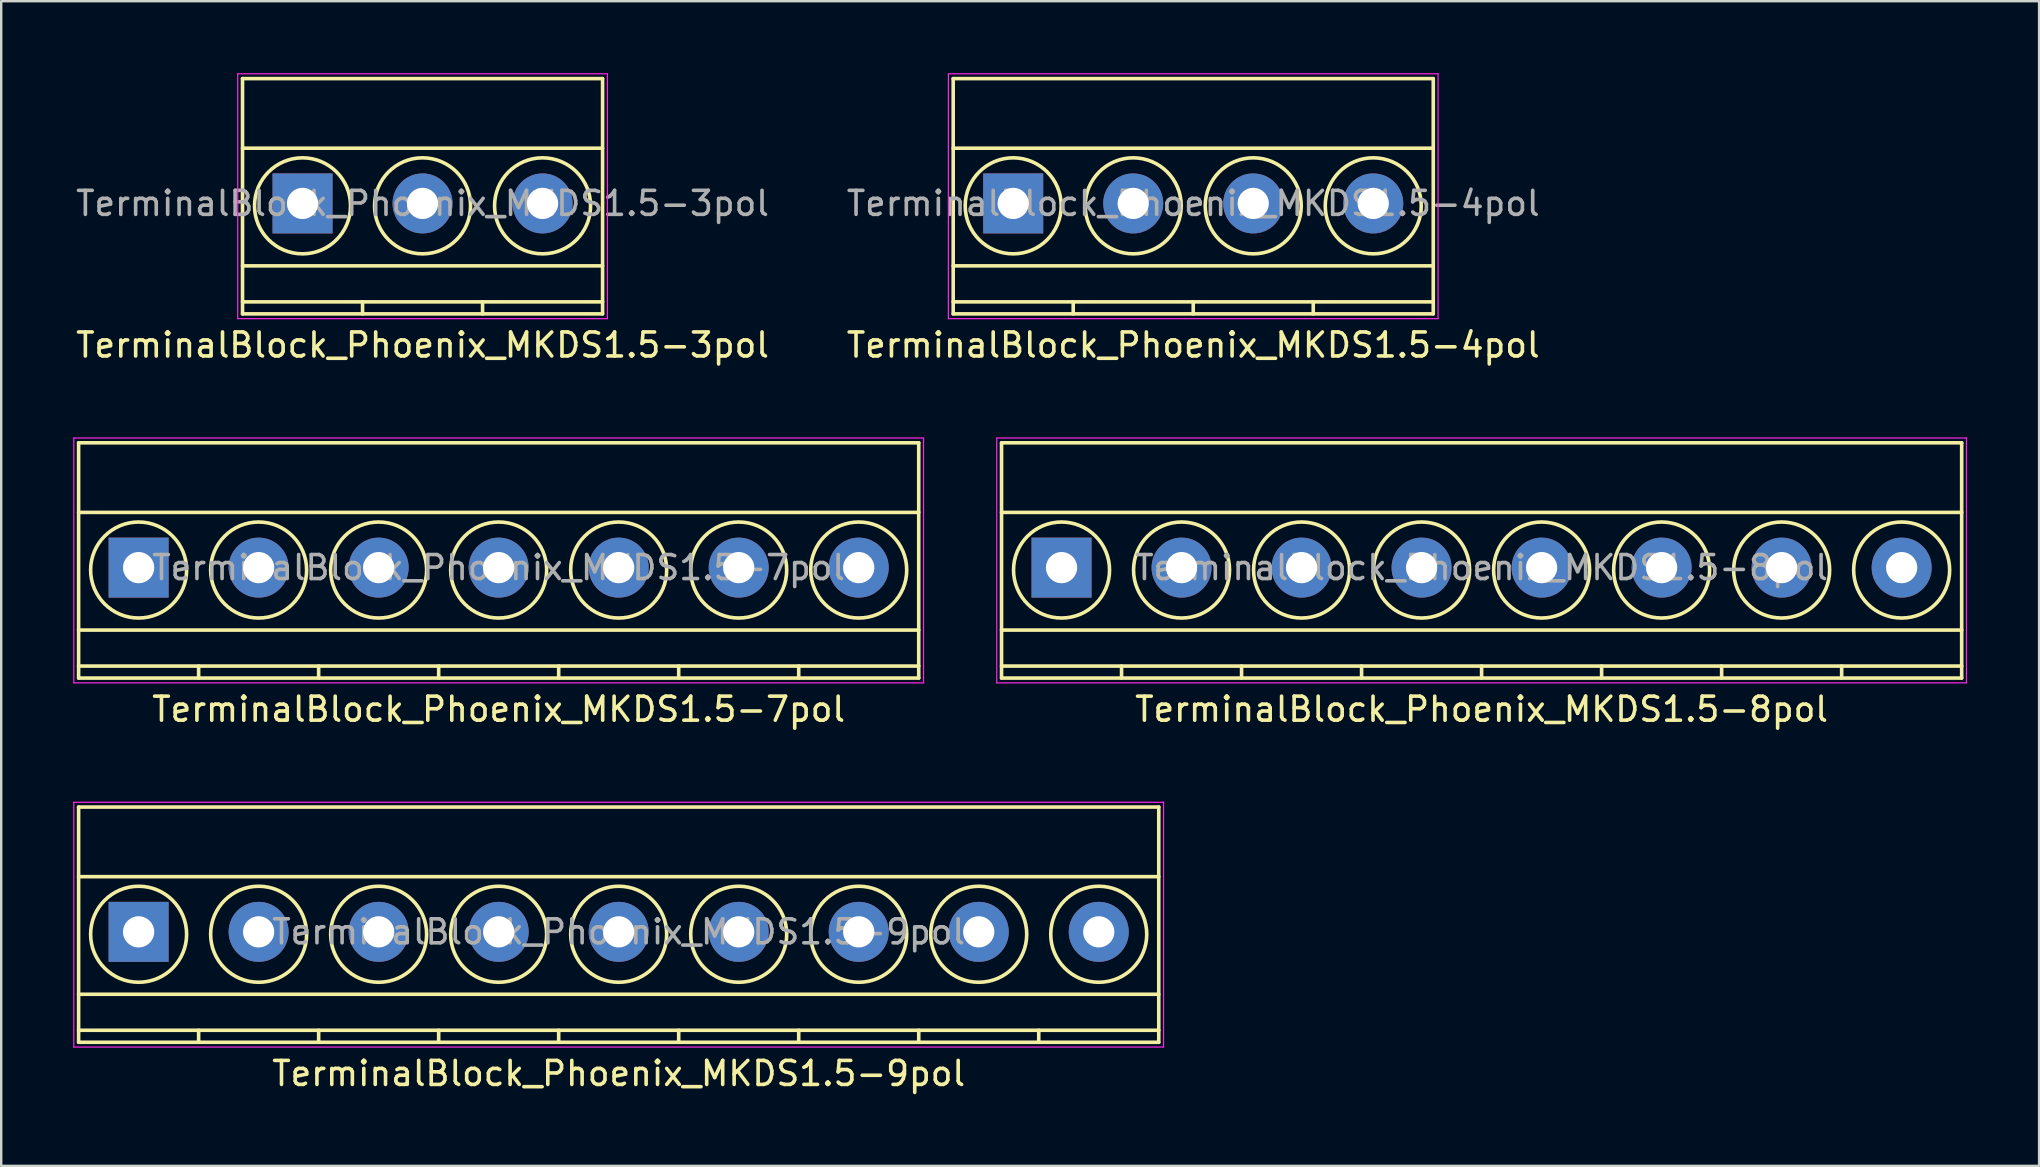
<source format=kicad_pcb>
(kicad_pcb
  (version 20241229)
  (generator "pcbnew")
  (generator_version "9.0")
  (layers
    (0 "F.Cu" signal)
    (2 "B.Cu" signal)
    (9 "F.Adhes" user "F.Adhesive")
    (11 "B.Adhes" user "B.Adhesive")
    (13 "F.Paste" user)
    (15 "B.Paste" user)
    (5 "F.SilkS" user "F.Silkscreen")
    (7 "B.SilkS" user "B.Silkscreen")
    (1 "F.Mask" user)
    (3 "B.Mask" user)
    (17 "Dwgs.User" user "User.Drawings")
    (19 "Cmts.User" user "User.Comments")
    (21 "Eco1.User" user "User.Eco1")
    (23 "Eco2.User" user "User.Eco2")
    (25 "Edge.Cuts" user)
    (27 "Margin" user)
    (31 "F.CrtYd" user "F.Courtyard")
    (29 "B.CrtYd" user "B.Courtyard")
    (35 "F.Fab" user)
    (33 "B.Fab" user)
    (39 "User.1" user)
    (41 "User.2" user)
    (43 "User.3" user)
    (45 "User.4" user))
  (footprint "TerminalBlock_Phoenix_MKDS1.5-7pol"
    (layer "F.Cu")
    (at 2.725 20.598)
    (property "Reference" "TerminalBlock_Phoenix_MKDS1.5-7pol" (at 15 5.9 0) (layer "F.SilkS") (effects (font (size 1 1) (thickness 0.15))))
    (attr through_hole)
    (fp_line (start -2.5 -5.2) (end -2.5 4.6) (stroke (width 0.15) (type solid)) (layer "F.SilkS"))
    (fp_line (start -2.5 -2.3) (end 32.5 -2.3) (stroke (width 0.15) (type solid)) (layer "F.SilkS"))
    (fp_line (start -2.5 2.6) (end 32.5 2.6) (stroke (width 0.15) (type solid)) (layer "F.SilkS"))
    (fp_line (start -2.5 4.1) (end 32.5 4.1) (stroke (width 0.15) (type solid)) (layer "F.SilkS"))
    (fp_line (start -2.5 4.6) (end 32.5 4.6) (stroke (width 0.15) (type solid)) (layer "F.SilkS"))
    (fp_line (start 2.5 4.1) (end 2.5 4.6) (stroke (width 0.15) (type solid)) (layer "F.SilkS"))
    (fp_line (start 7.5 4.1) (end 7.5 4.6) (stroke (width 0.15) (type solid)) (layer "F.SilkS"))
    (fp_line (start 12.5 4.1) (end 12.5 4.6) (stroke (width 0.15) (type solid)) (layer "F.SilkS"))
    (fp_line (start 17.5 4.1) (end 17.5 4.6) (stroke (width 0.15) (type solid)) (layer "F.SilkS"))
    (fp_line (start 22.5 4.1) (end 22.5 4.6) (stroke (width 0.15) (type solid)) (layer "F.SilkS"))
    (fp_line (start 27.5 4.1) (end 27.5 4.6) (stroke (width 0.15) (type solid)) (layer "F.SilkS"))
    (fp_line (start 32.5 -5.2) (end -2.5 -5.2) (stroke (width 0.15) (type solid)) (layer "F.SilkS"))
    (fp_line (start 32.5 4.6) (end 32.5 -5.2) (stroke (width 0.15) (type solid)) (layer "F.SilkS"))
    (fp_circle (center 0 0.1) (end 2 0.1) (stroke (width 0.15) (type solid)) (fill no) (layer "F.SilkS"))
    (fp_circle (center 5 0.1) (end 3 0.1) (stroke (width 0.15) (type solid)) (fill no) (layer "F.SilkS"))
    (fp_circle (center 10 0.1) (end 8 0.1) (stroke (width 0.15) (type solid)) (fill no) (layer "F.SilkS"))
    (fp_circle (center 15 0.1) (end 13 0.1) (stroke (width 0.15) (type solid)) (fill no) (layer "F.SilkS"))
    (fp_circle (center 20 0.1) (end 18 0.1) (stroke (width 0.15) (type solid)) (fill no) (layer "F.SilkS"))
    (fp_circle (center 25 0.1) (end 23 0.1) (stroke (width 0.15) (type solid)) (fill no) (layer "F.SilkS"))
    (fp_circle (center 30 0.1) (end 28 0.1) (stroke (width 0.15) (type solid)) (fill no) (layer "F.SilkS"))
    (fp_line (start -2.7 -5.4) (end 32.7 -5.4) (stroke (width 0.05) (type solid)) (layer "F.CrtYd"))
    (fp_line (start -2.7 4.8) (end -2.7 -5.4) (stroke (width 0.05) (type solid)) (layer "F.CrtYd"))
    (fp_line (start 32.7 -5.4) (end 32.7 4.8) (stroke (width 0.05) (type solid)) (layer "F.CrtYd"))
    (fp_line (start 32.7 4.8) (end -2.7 4.8) (stroke (width 0.05) (type solid)) (layer "F.CrtYd"))
    (fp_text user "${REFERENCE}" (at 15 0 0) (layer "F.Fab") (effects (font (size 1 1) (thickness 0.15))))
    (pad "1" thru_hole rect (at 0 0) (size 2.5 2.5) (drill 1.3) (layers "*.Cu" "*.Mask"))
    (pad "2" thru_hole circle (at 5 0) (size 2.5 2.5) (drill 1.3) (layers "*.Cu" "*.Mask"))
    (pad "3" thru_hole circle (at 10 0) (size 2.5 2.5) (drill 1.3) (layers "*.Cu" "*.Mask"))
    (pad "4" thru_hole circle (at 15 0) (size 2.5 2.5) (drill 1.3) (layers "*.Cu" "*.Mask"))
    (pad "5" thru_hole circle (at 20 0) (size 2.5 2.5) (drill 1.3) (layers "*.Cu" "*.Mask"))
    (pad "6" thru_hole circle (at 25 0) (size 2.5 2.5) (drill 1.3) (layers "*.Cu" "*.Mask"))
    (pad "7" thru_hole circle (at 30 0) (size 2.5 2.5) (drill 1.3) (layers "*.Cu" "*.Mask")))
  (footprint "TerminalBlock_Phoenix_MKDS1.5-9pol"
    (layer "F.Cu")
    (at 2.725 35.772)
    (property "Reference" "TerminalBlock_Phoenix_MKDS1.5-9pol" (at 20 5.9 0) (layer "F.SilkS") (effects (font (size 1 1) (thickness 0.15))))
    (attr through_hole)
    (fp_line (start -2.5 -5.2) (end -2.5 4.6) (stroke (width 0.15) (type solid)) (layer "F.SilkS"))
    (fp_line (start -2.5 -2.3) (end 42.5 -2.3) (stroke (width 0.15) (type solid)) (layer "F.SilkS"))
    (fp_line (start -2.5 2.6) (end 42.5 2.6) (stroke (width 0.15) (type solid)) (layer "F.SilkS"))
    (fp_line (start -2.5 4.1) (end 42.5 4.1) (stroke (width 0.15) (type solid)) (layer "F.SilkS"))
    (fp_line (start -2.5 4.6) (end 42.5 4.6) (stroke (width 0.15) (type solid)) (layer "F.SilkS"))
    (fp_line (start 2.5 4.1) (end 2.5 4.6) (stroke (width 0.15) (type solid)) (layer "F.SilkS"))
    (fp_line (start 7.5 4.1) (end 7.5 4.6) (stroke (width 0.15) (type solid)) (layer "F.SilkS"))
    (fp_line (start 12.5 4.1) (end 12.5 4.6) (stroke (width 0.15) (type solid)) (layer "F.SilkS"))
    (fp_line (start 17.5 4.1) (end 17.5 4.6) (stroke (width 0.15) (type solid)) (layer "F.SilkS"))
    (fp_line (start 22.5 4.1) (end 22.5 4.6) (stroke (width 0.15) (type solid)) (layer "F.SilkS"))
    (fp_line (start 27.5 4.1) (end 27.5 4.6) (stroke (width 0.15) (type solid)) (layer "F.SilkS"))
    (fp_line (start 32.5 4.1) (end 32.5 4.6) (stroke (width 0.15) (type solid)) (layer "F.SilkS"))
    (fp_line (start 37.5 4.1) (end 37.5 4.6) (stroke (width 0.15) (type solid)) (layer "F.SilkS"))
    (fp_line (start 42.5 -5.2) (end -2.5 -5.2) (stroke (width 0.15) (type solid)) (layer "F.SilkS"))
    (fp_line (start 42.5 4.6) (end 42.5 -5.2) (stroke (width 0.15) (type solid)) (layer "F.SilkS"))
    (fp_circle (center 0 0.1) (end 2 0.1) (stroke (width 0.15) (type solid)) (fill no) (layer "F.SilkS"))
    (fp_circle (center 5 0.1) (end 3 0.1) (stroke (width 0.15) (type solid)) (fill no) (layer "F.SilkS"))
    (fp_circle (center 10 0.1) (end 8 0.1) (stroke (width 0.15) (type solid)) (fill no) (layer "F.SilkS"))
    (fp_circle (center 15 0.1) (end 13 0.1) (stroke (width 0.15) (type solid)) (fill no) (layer "F.SilkS"))
    (fp_circle (center 20 0.1) (end 18 0.1) (stroke (width 0.15) (type solid)) (fill no) (layer "F.SilkS"))
    (fp_circle (center 25 0.1) (end 23 0.1) (stroke (width 0.15) (type solid)) (fill no) (layer "F.SilkS"))
    (fp_circle (center 30 0.1) (end 28 0.1) (stroke (width 0.15) (type solid)) (fill no) (layer "F.SilkS"))
    (fp_circle (center 35 0.1) (end 33 0.1) (stroke (width 0.15) (type solid)) (fill no) (layer "F.SilkS"))
    (fp_circle (center 40 0.1) (end 38 0.1) (stroke (width 0.15) (type solid)) (fill no) (layer "F.SilkS"))
    (fp_line (start -2.7 -5.4) (end 42.7 -5.4) (stroke (width 0.05) (type solid)) (layer "F.CrtYd"))
    (fp_line (start -2.7 4.8) (end -2.7 -5.4) (stroke (width 0.05) (type solid)) (layer "F.CrtYd"))
    (fp_line (start 42.7 -5.4) (end 42.7 4.8) (stroke (width 0.05) (type solid)) (layer "F.CrtYd"))
    (fp_line (start 42.7 4.8) (end -2.7 4.8) (stroke (width 0.05) (type solid)) (layer "F.CrtYd"))
    (fp_text user "${REFERENCE}" (at 20 0 0) (layer "F.Fab") (effects (font (size 1 1) (thickness 0.15))))
    (pad "1" thru_hole rect (at 0 0) (size 2.5 2.5) (drill 1.3) (layers "*.Cu" "*.Mask"))
    (pad "2" thru_hole circle (at 5 0) (size 2.5 2.5) (drill 1.3) (layers "*.Cu" "*.Mask"))
    (pad "3" thru_hole circle (at 10 0) (size 2.5 2.5) (drill 1.3) (layers "*.Cu" "*.Mask"))
    (pad "4" thru_hole circle (at 15 0) (size 2.5 2.5) (drill 1.3) (layers "*.Cu" "*.Mask"))
    (pad "5" thru_hole circle (at 20 0) (size 2.5 2.5) (drill 1.3) (layers "*.Cu" "*.Mask"))
    (pad "6" thru_hole circle (at 25 0) (size 2.5 2.5) (drill 1.3) (layers "*.Cu" "*.Mask"))
    (pad "7" thru_hole circle (at 30 0) (size 2.5 2.5) (drill 1.3) (layers "*.Cu" "*.Mask"))
    (pad "8" thru_hole circle (at 35 0) (size 2.5 2.5) (drill 1.3) (layers "*.Cu" "*.Mask"))
    (pad "9" thru_hole circle (at 40 0) (size 2.5 2.5) (drill 1.3) (layers "*.Cu" "*.Mask")))
  (footprint "TerminalBlock_Phoenix_MKDS1.5-4pol"
    (layer "F.Cu")
    (at 39.161 5.425)
    (property "Reference" "TerminalBlock_Phoenix_MKDS1.5-4pol" (at 7.5 5.9 0) (layer "F.SilkS") (effects (font (size 1 1) (thickness 0.15))))
    (attr through_hole)
    (fp_line (start -2.5 -5.2) (end -2.5 4.6) (stroke (width 0.15) (type solid)) (layer "F.SilkS"))
    (fp_line (start -2.5 -2.3) (end 17.5 -2.3) (stroke (width 0.15) (type solid)) (layer "F.SilkS"))
    (fp_line (start -2.5 2.6) (end 17.5 2.6) (stroke (width 0.15) (type solid)) (layer "F.SilkS"))
    (fp_line (start -2.5 4.1) (end 17.5 4.1) (stroke (width 0.15) (type solid)) (layer "F.SilkS"))
    (fp_line (start -2.5 4.6) (end 17.5 4.6) (stroke (width 0.15) (type solid)) (layer "F.SilkS"))
    (fp_line (start 2.5 4.1) (end 2.5 4.6) (stroke (width 0.15) (type solid)) (layer "F.SilkS"))
    (fp_line (start 7.5 4.1) (end 7.5 4.6) (stroke (width 0.15) (type solid)) (layer "F.SilkS"))
    (fp_line (start 12.5 4.1) (end 12.5 4.6) (stroke (width 0.15) (type solid)) (layer "F.SilkS"))
    (fp_line (start 17.5 -5.2) (end -2.5 -5.2) (stroke (width 0.15) (type solid)) (layer "F.SilkS"))
    (fp_line (start 17.5 4.6) (end 17.5 -5.2) (stroke (width 0.15) (type solid)) (layer "F.SilkS"))
    (fp_circle (center 0 0.1) (end 2 0.1) (stroke (width 0.15) (type solid)) (fill no) (layer "F.SilkS"))
    (fp_circle (center 5 0.1) (end 3 0.1) (stroke (width 0.15) (type solid)) (fill no) (layer "F.SilkS"))
    (fp_circle (center 10 0.1) (end 8 0.1) (stroke (width 0.15) (type solid)) (fill no) (layer "F.SilkS"))
    (fp_circle (center 15 0.1) (end 13 0.1) (stroke (width 0.15) (type solid)) (fill no) (layer "F.SilkS"))
    (fp_line (start -2.7 -5.4) (end 17.7 -5.4) (stroke (width 0.05) (type solid)) (layer "F.CrtYd"))
    (fp_line (start -2.7 4.8) (end -2.7 -5.4) (stroke (width 0.05) (type solid)) (layer "F.CrtYd"))
    (fp_line (start 17.7 -5.4) (end 17.7 4.8) (stroke (width 0.05) (type solid)) (layer "F.CrtYd"))
    (fp_line (start 17.7 4.8) (end -2.7 4.8) (stroke (width 0.05) (type solid)) (layer "F.CrtYd"))
    (fp_text user "${REFERENCE}" (at 7.5 0 0) (layer "F.Fab") (effects (font (size 1 1) (thickness 0.15))))
    (pad "1" thru_hole rect (at 0 0) (size 2.5 2.5) (drill 1.3) (layers "*.Cu" "*.Mask"))
    (pad "2" thru_hole circle (at 5 0) (size 2.5 2.5) (drill 1.3) (layers "*.Cu" "*.Mask"))
    (pad "3" thru_hole circle (at 10 0) (size 2.5 2.5) (drill 1.3) (layers "*.Cu" "*.Mask"))
    (pad "4" thru_hole circle (at 15 0) (size 2.5 2.5) (drill 1.3) (layers "*.Cu" "*.Mask")))
  (footprint "TerminalBlock_Phoenix_MKDS1.5-8pol"
    (layer "F.Cu")
    (at 41.175 20.598)
    (property "Reference" "TerminalBlock_Phoenix_MKDS1.5-8pol" (at 17.5 5.9 0) (layer "F.SilkS") (effects (font (size 1 1) (thickness 0.15))))
    (attr through_hole)
    (fp_line (start -2.5 -5.2) (end -2.5 4.6) (stroke (width 0.15) (type solid)) (layer "F.SilkS"))
    (fp_line (start -2.5 -2.3) (end 37.5 -2.3) (stroke (width 0.15) (type solid)) (layer "F.SilkS"))
    (fp_line (start -2.5 2.6) (end 37.5 2.6) (stroke (width 0.15) (type solid)) (layer "F.SilkS"))
    (fp_line (start -2.5 4.1) (end 37.5 4.1) (stroke (width 0.15) (type solid)) (layer "F.SilkS"))
    (fp_line (start -2.5 4.6) (end 37.5 4.6) (stroke (width 0.15) (type solid)) (layer "F.SilkS"))
    (fp_line (start 2.5 4.1) (end 2.5 4.6) (stroke (width 0.15) (type solid)) (layer "F.SilkS"))
    (fp_line (start 7.5 4.1) (end 7.5 4.6) (stroke (width 0.15) (type solid)) (layer "F.SilkS"))
    (fp_line (start 12.5 4.1) (end 12.5 4.6) (stroke (width 0.15) (type solid)) (layer "F.SilkS"))
    (fp_line (start 17.5 4.1) (end 17.5 4.6) (stroke (width 0.15) (type solid)) (layer "F.SilkS"))
    (fp_line (start 22.5 4.1) (end 22.5 4.6) (stroke (width 0.15) (type solid)) (layer "F.SilkS"))
    (fp_line (start 27.5 4.1) (end 27.5 4.6) (stroke (width 0.15) (type solid)) (layer "F.SilkS"))
    (fp_line (start 32.5 4.1) (end 32.5 4.6) (stroke (width 0.15) (type solid)) (layer "F.SilkS"))
    (fp_line (start 37.5 -5.2) (end -2.5 -5.2) (stroke (width 0.15) (type solid)) (layer "F.SilkS"))
    (fp_line (start 37.5 4.6) (end 37.5 -5.2) (stroke (width 0.15) (type solid)) (layer "F.SilkS"))
    (fp_circle (center 0 0.1) (end 2 0.1) (stroke (width 0.15) (type solid)) (fill no) (layer "F.SilkS"))
    (fp_circle (center 5 0.1) (end 3 0.1) (stroke (width 0.15) (type solid)) (fill no) (layer "F.SilkS"))
    (fp_circle (center 10 0.1) (end 8 0.1) (stroke (width 0.15) (type solid)) (fill no) (layer "F.SilkS"))
    (fp_circle (center 15 0.1) (end 13 0.1) (stroke (width 0.15) (type solid)) (fill no) (layer "F.SilkS"))
    (fp_circle (center 20 0.1) (end 18 0.1) (stroke (width 0.15) (type solid)) (fill no) (layer "F.SilkS"))
    (fp_circle (center 25 0.1) (end 23 0.1) (stroke (width 0.15) (type solid)) (fill no) (layer "F.SilkS"))
    (fp_circle (center 30 0.1) (end 28 0.1) (stroke (width 0.15) (type solid)) (fill no) (layer "F.SilkS"))
    (fp_circle (center 35 0.1) (end 33 0.1) (stroke (width 0.15) (type solid)) (fill no) (layer "F.SilkS"))
    (fp_line (start -2.7 -5.4) (end 37.7 -5.4) (stroke (width 0.05) (type solid)) (layer "F.CrtYd"))
    (fp_line (start -2.7 4.8) (end -2.7 -5.4) (stroke (width 0.05) (type solid)) (layer "F.CrtYd"))
    (fp_line (start 37.7 -5.4) (end 37.7 4.8) (stroke (width 0.05) (type solid)) (layer "F.CrtYd"))
    (fp_line (start 37.7 4.8) (end -2.7 4.8) (stroke (width 0.05) (type solid)) (layer "F.CrtYd"))
    (fp_text user "${REFERENCE}" (at 17.5 0 0) (layer "F.Fab") (effects (font (size 1 1) (thickness 0.15))))
    (pad "1" thru_hole rect (at 0 0) (size 2.5 2.5) (drill 1.3) (layers "*.Cu" "*.Mask"))
    (pad "2" thru_hole circle (at 5 0) (size 2.5 2.5) (drill 1.3) (layers "*.Cu" "*.Mask"))
    (pad "3" thru_hole circle (at 10 0) (size 2.5 2.5) (drill 1.3) (layers "*.Cu" "*.Mask"))
    (pad "4" thru_hole circle (at 15 0) (size 2.5 2.5) (drill 1.3) (layers "*.Cu" "*.Mask"))
    (pad "5" thru_hole circle (at 20 0) (size 2.5 2.5) (drill 1.3) (layers "*.Cu" "*.Mask"))
    (pad "6" thru_hole circle (at 25 0) (size 2.5 2.5) (drill 1.3) (layers "*.Cu" "*.Mask"))
    (pad "7" thru_hole circle (at 30 0) (size 2.5 2.5) (drill 1.3) (layers "*.Cu" "*.Mask"))
    (pad "8" thru_hole circle (at 35 0) (size 2.5 2.5) (drill 1.3) (layers "*.Cu" "*.Mask")))
  (footprint "TerminalBlock_Phoenix_MKDS1.5-3pol"
    (layer "F.Cu")
    (at 9.554 5.425)
    (property "Reference" "TerminalBlock_Phoenix_MKDS1.5-3pol" (at 5 5.9 0) (layer "F.SilkS") (effects (font (size 1 1) (thickness 0.15))))
    (attr through_hole)
    (fp_line (start -2.5 -5.2) (end -2.5 4.6) (stroke (width 0.15) (type solid)) (layer "F.SilkS"))
    (fp_line (start -2.5 -2.3) (end 12.5 -2.3) (stroke (width 0.15) (type solid)) (layer "F.SilkS"))
    (fp_line (start -2.5 2.6) (end 12.5 2.6) (stroke (width 0.15) (type solid)) (layer "F.SilkS"))
    (fp_line (start -2.5 4.1) (end 12.5 4.1) (stroke (width 0.15) (type solid)) (layer "F.SilkS"))
    (fp_line (start -2.5 4.6) (end 12.5 4.6) (stroke (width 0.15) (type solid)) (layer "F.SilkS"))
    (fp_line (start 2.5 4.1) (end 2.5 4.6) (stroke (width 0.15) (type solid)) (layer "F.SilkS"))
    (fp_line (start 7.5 4.1) (end 7.5 4.6) (stroke (width 0.15) (type solid)) (layer "F.SilkS"))
    (fp_line (start 12.5 -5.2) (end -2.5 -5.2) (stroke (width 0.15) (type solid)) (layer "F.SilkS"))
    (fp_line (start 12.5 4.6) (end 12.5 -5.2) (stroke (width 0.15) (type solid)) (layer "F.SilkS"))
    (fp_circle (center 0 0.1) (end 2 0.1) (stroke (width 0.15) (type solid)) (fill no) (layer "F.SilkS"))
    (fp_circle (center 5 0.1) (end 3 0.1) (stroke (width 0.15) (type solid)) (fill no) (layer "F.SilkS"))
    (fp_circle (center 10 0.1) (end 8 0.1) (stroke (width 0.15) (type solid)) (fill no) (layer "F.SilkS"))
    (fp_line (start -2.7 -5.4) (end 12.7 -5.4) (stroke (width 0.05) (type solid)) (layer "F.CrtYd"))
    (fp_line (start -2.7 4.8) (end -2.7 -5.4) (stroke (width 0.05) (type solid)) (layer "F.CrtYd"))
    (fp_line (start 12.7 -5.4) (end 12.7 4.8) (stroke (width 0.05) (type solid)) (layer "F.CrtYd"))
    (fp_line (start 12.7 4.8) (end -2.7 4.8) (stroke (width 0.05) (type solid)) (layer "F.CrtYd"))
    (fp_text user "${REFERENCE}" (at 5 0 0) (layer "F.Fab") (effects (font (size 1 1) (thickness 0.15))))
    (pad "1" thru_hole rect (at 0 0) (size 2.5 2.5) (drill 1.3) (layers "*.Cu" "*.Mask"))
    (pad "2" thru_hole circle (at 5 0) (size 2.5 2.5) (drill 1.3) (layers "*.Cu" "*.Mask"))
    (pad "3" thru_hole circle (at 10 0) (size 2.5 2.5) (drill 1.3) (layers "*.Cu" "*.Mask")))
  (gr_rect
    (start -3 -3)
    (end 81.9 45.52)
    (stroke (width 0.1) (type default))
    (fill no)
    (layer "Edge.Cuts")))
</source>
